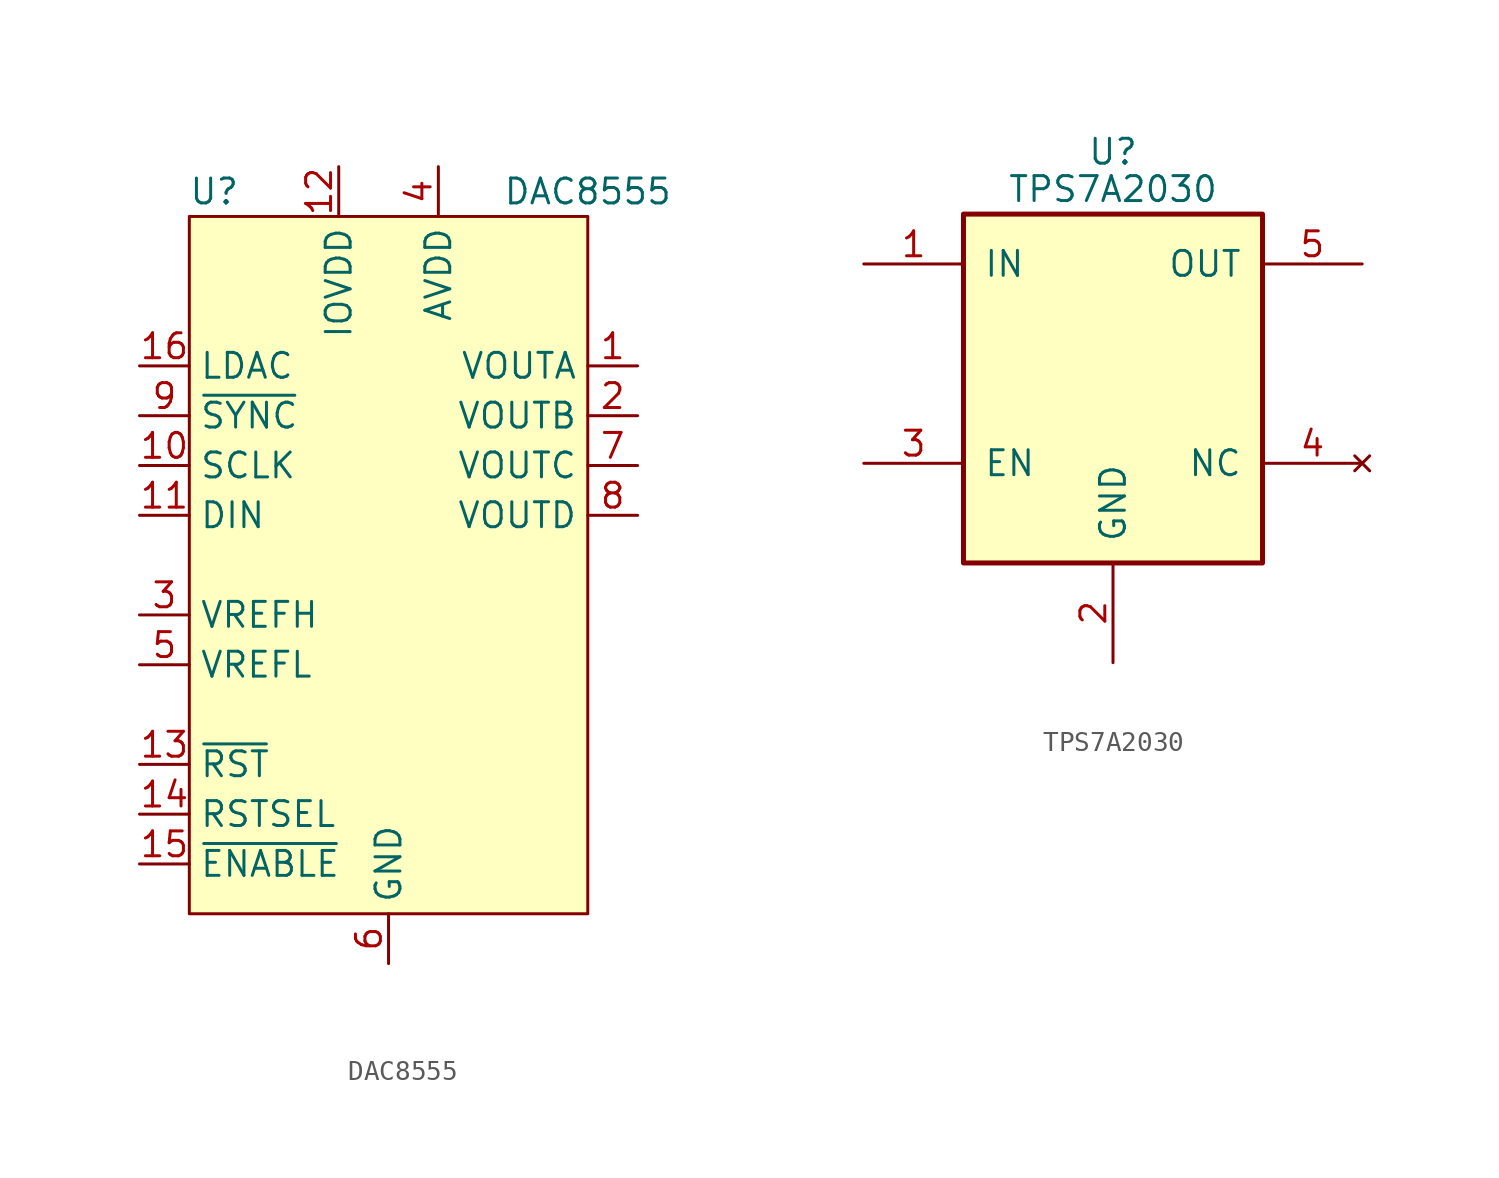
<source format=kicad_sym>
(kicad_symbol_lib
  (version 20211014)
  (generator kicad_symbol_editor)
  (symbol "DAC8555"
    (property "Reference" "U"
      (at -8.89 21.59 0)
      (effects (font (size 1.27 1.27))))
    (property "Value" "DAC8555"
      (at 10.16 21.59 0)
      (effects (font (size 1.27 1.27))))
    (symbol "DAC8555_0_0"
      (pin output line (at 12.7 12.7 180) (length 2.54) (name "VOUTA" (effects (font (size 1.27 1.27)))) (number "1" (effects (font (size 1.27 1.27)))))
      (pin input line (at -12.7 7.62 0) (length 2.54) (name "SCLK" (effects (font (size 1.27 1.27)))) (number "10" (effects (font (size 1.27 1.27)))))
      (pin input line (at -12.7 5.08 0) (length 2.54) (name "DIN" (effects (font (size 1.27 1.27)))) (number "11" (effects (font (size 1.27 1.27)))))
      (pin power_in line (at -2.54 22.86 270) (length 2.54) (name "IOVDD" (effects (font (size 1.27 1.27)))) (number "12" (effects (font (size 1.27 1.27)))))
      (pin input line (at -12.7 -7.62 0) (length 2.54) (name "~{RST}" (effects (font (size 1.27 1.27)))) (number "13" (effects (font (size 1.27 1.27)))))
      (pin input line (at -12.7 -10.16 0) (length 2.54) (name "RSTSEL" (effects (font (size 1.27 1.27)))) (number "14" (effects (font (size 1.27 1.27)))))
      (pin input line (at -12.7 -12.7 0) (length 2.54) (name "~{ENABLE}" (effects (font (size 1.27 1.27)))) (number "15" (effects (font (size 1.27 1.27)))))
      (pin input line (at -12.7 12.7 0) (length 2.54) (name "LDAC" (effects (font (size 1.27 1.27)))) (number "16" (effects (font (size 1.27 1.27)))))
      (pin output line (at 12.7 10.16 180) (length 2.54) (name "VOUTB" (effects (font (size 1.27 1.27)))) (number "2" (effects (font (size 1.27 1.27)))))
      (pin bidirectional line (at -12.7 0 0) (length 2.54) (name "VREFH" (effects (font (size 1.27 1.27)))) (number "3" (effects (font (size 1.27 1.27)))))
      (pin power_in line (at 2.54 22.86 270) (length 2.54) (name "AVDD" (effects (font (size 1.27 1.27)))) (number "4" (effects (font (size 1.27 1.27)))))
      (pin input line (at -12.7 -2.54 0) (length 2.54) (name "VREFL" (effects (font (size 1.27 1.27)))) (number "5" (effects (font (size 1.27 1.27)))))
      (pin power_in line (at 0 -17.78 90) (length 2.54) (name "GND" (effects (font (size 1.27 1.27)))) (number "6" (effects (font (size 1.27 1.27)))))
      (pin output line (at 12.7 7.62 180) (length 2.54) (name "VOUTC" (effects (font (size 1.27 1.27)))) (number "7" (effects (font (size 1.27 1.27)))))
      (pin output line (at 12.7 5.08 180) (length 2.54) (name "VOUTD" (effects (font (size 1.27 1.27)))) (number "8" (effects (font (size 1.27 1.27)))))
      (pin input line (at -12.7 10.16 0) (length 2.54) (name "~{SYNC}" (effects (font (size 1.27 1.27)))) (number "9" (effects (font (size 1.27 1.27))))))
    (symbol "DAC8555_0_1"
      (rectangle (start -10.16 20.32) (end 10.16 -15.24) (stroke (width 0.152) (type default) (color 0 0 0 0)) (fill (type background)))))
  (symbol "TPS7A2030"
    (pin_names
      (offset 1.016))
    (property "Reference" "U"
      (at 0 10.795 0)
      (effects (font (size 1.27 1.27))))
    (property "Value" "TPS7A2030"
      (at 0 8.89 0)
      (effects (font (size 1.27 1.27))))
    (symbol "TPS7A2030_0_1"
      (rectangle (start -7.62 7.62) (end 7.62 -10.16) (stroke (width 0.254) (type default) (color 0 0 0 0)) (fill (type background))))
    (symbol "TPS7A2030_1_1"
      (pin power_in line (at -12.7 5.08 0) (length 5.08) (name "IN" (effects (font (size 1.27 1.27)))) (number "1" (effects (font (size 1.27 1.27)))))
      (pin power_in line (at 0 -15.24 90) (length 5.08) (name "GND" (effects (font (size 1.27 1.27)))) (number "2" (effects (font (size 1.27 1.27)))))
      (pin input line (at -12.7 -5.08 0) (length 5.08) (name "EN" (effects (font (size 1.27 1.27)))) (number "3" (effects (font (size 1.27 1.27)))))
      (pin no_connect line (at 12.7 -5.08 180) (length 5.08) (name "NC" (effects (font (size 1.27 1.27)))) (number "4" (effects (font (size 1.27 1.27)))))
      (pin power_out line (at 12.7 5.08 180) (length 5.08) (name "OUT" (effects (font (size 1.27 1.27)))) (number "5" (effects (font (size 1.27 1.27))))))))
</source>
